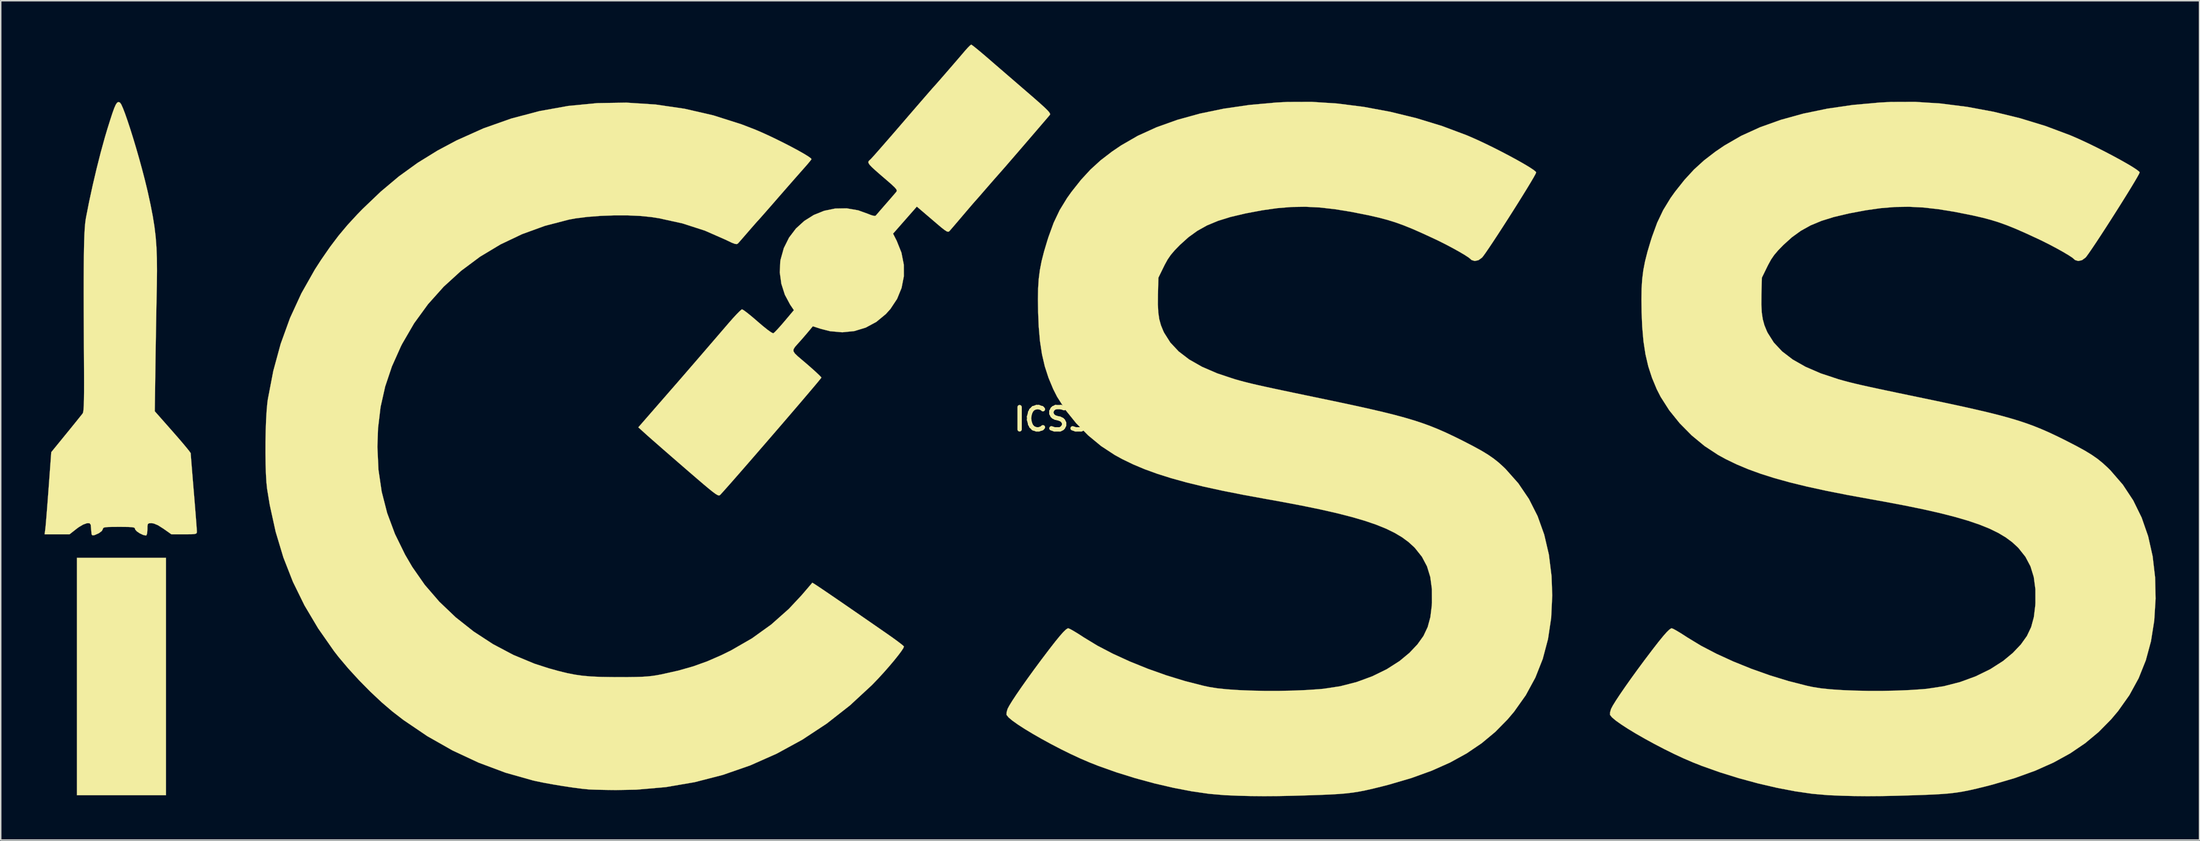
<source format=kicad_pcb>
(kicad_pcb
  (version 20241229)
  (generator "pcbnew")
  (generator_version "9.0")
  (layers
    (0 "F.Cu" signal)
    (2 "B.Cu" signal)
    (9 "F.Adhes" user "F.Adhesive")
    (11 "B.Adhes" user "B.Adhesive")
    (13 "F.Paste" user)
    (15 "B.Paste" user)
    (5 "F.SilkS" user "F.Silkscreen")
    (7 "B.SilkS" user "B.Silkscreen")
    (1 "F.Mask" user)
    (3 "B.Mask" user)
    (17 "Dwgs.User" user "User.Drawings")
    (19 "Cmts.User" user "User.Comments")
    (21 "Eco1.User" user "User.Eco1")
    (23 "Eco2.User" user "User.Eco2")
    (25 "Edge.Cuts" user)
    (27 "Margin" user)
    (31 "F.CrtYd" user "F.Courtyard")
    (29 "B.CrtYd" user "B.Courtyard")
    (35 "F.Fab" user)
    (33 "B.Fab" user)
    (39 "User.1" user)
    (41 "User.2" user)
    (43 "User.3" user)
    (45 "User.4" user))
  (footprint "ICSS_Logo"
    (layer "F.Cu")
    (at 72.236 25.659)
    (property "Reference" "ICSS_Logo" (at 0 0 0) (layer "F.SilkS") (effects (font (size 1.524 1.524) (thickness 0.3))))
    (attr through_hole)
    (fp_poly (pts (xy -63.923 25.739) (xy -70.019 25.739) (xy -70.019 9.483) (xy -63.923 9.483) (xy -63.923 25.739)) (stroke (width 0.01) (type solid)) (fill yes) (layer "F.SilkS"))
    (fp_poly (pts (xy -67.12 -21.709) (xy -67.069 -21.682) (xy -66.986 -21.565) (xy -66.868 -21.304) (xy -66.72 -20.918) (xy -66.549 -20.429) (xy -66.36 -19.856) (xy -66.161 -19.22) (xy -65.957 -18.539) (xy -65.755 -17.835) (xy -65.561 -17.127) (xy -65.38 -16.436) (xy -65.22 -15.781) (xy -65.163 -15.536) (xy -64.976 -14.678) (xy -64.827 -13.91) (xy -64.712 -13.196) (xy -64.629 -12.502) (xy -64.575 -11.791) (xy -64.545 -11.028) (xy -64.537 -10.178) (xy -64.548 -9.205) (xy -64.554 -8.89) (xy -64.569 -8.173) (xy -64.585 -7.334) (xy -64.601 -6.419) (xy -64.617 -5.476) (xy -64.632 -4.55) (xy -64.645 -3.69) (xy -64.647 -3.514) (xy -64.689 -0.55) (xy -63.46 0.842) (xy -63.101 1.252) (xy -62.783 1.623) (xy -62.523 1.935) (xy -62.336 2.167) (xy -62.24 2.301) (xy -62.23 2.324) (xy -62.223 2.428) (xy -62.204 2.679) (xy -62.174 3.056) (xy -62.135 3.536) (xy -62.089 4.1) (xy -62.038 4.724) (xy -62.019 4.953) (xy -61.965 5.6) (xy -61.917 6.198) (xy -61.875 6.726) (xy -61.842 7.161) (xy -61.819 7.479) (xy -61.808 7.659) (xy -61.807 7.684) (xy -61.814 7.769) (xy -61.857 7.824) (xy -61.966 7.855) (xy -62.171 7.87) (xy -62.502 7.874) (xy -62.679 7.874) (xy -63.552 7.874) (xy -64.093 7.493) (xy -64.469 7.254) (xy -64.76 7.133) (xy -64.914 7.112) (xy -65.079 7.119) (xy -65.162 7.171) (xy -65.19 7.31) (xy -65.193 7.535) (xy -65.212 7.811) (xy -65.265 7.948) (xy -65.293 7.959) (xy -65.487 7.916) (xy -65.712 7.811) (xy -65.912 7.678) (xy -66.028 7.551) (xy -66.038 7.514) (xy -66.054 7.453) (xy -66.117 7.412) (xy -66.254 7.386) (xy -66.492 7.372) (xy -66.856 7.367) (xy -67.141 7.366) (xy -67.592 7.368) (xy -67.902 7.376) (xy -68.095 7.395) (xy -68.198 7.427) (xy -68.238 7.476) (xy -68.243 7.514) (xy -68.316 7.648) (xy -68.498 7.786) (xy -68.543 7.811) (xy -68.802 7.926) (xy -68.948 7.949) (xy -69.01 7.885) (xy -69.016 7.853) (xy -69.033 7.689) (xy -69.046 7.535) (xy -69.064 7.329) (xy -69.075 7.218) (xy -69.154 7.115) (xy -69.335 7.115) (xy -69.591 7.207) (xy -69.893 7.385) (xy -70.039 7.493) (xy -70.524 7.874) (xy -72.231 7.874) (xy -72.184 7.514) (xy -72.165 7.338) (xy -72.137 7.017) (xy -72.1 6.579) (xy -72.058 6.047) (xy -72.012 5.448) (xy -71.964 4.806) (xy -71.956 4.701) (xy -71.776 2.249) (xy -70.749 0.99) (xy -70.422 0.588) (xy -70.127 0.224) (xy -69.883 -0.08) (xy -69.707 -0.299) (xy -69.62 -0.411) (xy -69.619 -0.412) (xy -69.59 -0.498) (xy -69.567 -0.672) (xy -69.549 -0.95) (xy -69.538 -1.342) (xy -69.531 -1.863) (xy -69.53 -2.524) (xy -69.532 -3.34) (xy -69.533 -3.516) (xy -69.542 -5.027) (xy -69.548 -6.378) (xy -69.553 -7.579) (xy -69.555 -8.64) (xy -69.554 -9.572) (xy -69.55 -10.383) (xy -69.544 -11.084) (xy -69.535 -11.685) (xy -69.523 -12.195) (xy -69.508 -12.624) (xy -69.489 -12.983) (xy -69.467 -13.28) (xy -69.441 -13.527) (xy -69.412 -13.731) (xy -69.4 -13.801) (xy -69.186 -14.889) (xy -68.938 -16.03) (xy -68.669 -17.175) (xy -68.389 -18.278) (xy -68.11 -19.292) (xy -67.93 -19.897) (xy -67.738 -20.508) (xy -67.586 -20.974) (xy -67.464 -21.311) (xy -67.364 -21.536) (xy -67.279 -21.666) (xy -67.201 -21.718) (xy -67.12 -21.709)) (stroke (width 0.01) (type solid)) (fill yes) (layer "F.SilkS"))
    (fp_poly (pts (xy -30.402 -21.553) (xy -28.418 -21.264) (xy -26.456 -20.813) (xy -24.526 -20.2) (xy -23.58 -19.835) (xy -23.125 -19.64) (xy -22.625 -19.412) (xy -22.104 -19.162) (xy -21.583 -18.903) (xy -21.085 -18.646) (xy -20.633 -18.402) (xy -20.249 -18.185) (xy -19.955 -18.005) (xy -19.775 -17.874) (xy -19.727 -17.813) (xy -19.78 -17.735) (xy -19.922 -17.56) (xy -20.128 -17.32) (xy -20.27 -17.16) (xy -20.491 -16.91) (xy -20.798 -16.562) (xy -21.164 -16.145) (xy -21.562 -15.69) (xy -21.967 -15.226) (xy -22.065 -15.113) (xy -22.428 -14.696) (xy -22.755 -14.323) (xy -23.027 -14.013) (xy -23.23 -13.783) (xy -23.347 -13.653) (xy -23.367 -13.631) (xy -23.439 -13.554) (xy -23.597 -13.375) (xy -23.817 -13.124) (xy -24.038 -12.869) (xy -24.299 -12.568) (xy -24.526 -12.307) (xy -24.692 -12.118) (xy -24.765 -12.037) (xy -24.84 -11.996) (xy -24.965 -12.009) (xy -25.17 -12.085) (xy -25.485 -12.234) (xy -25.578 -12.281) (xy -27.022 -12.915) (xy -28.555 -13.411) (xy -30.161 -13.764) (xy -30.701 -13.848) (xy -31.456 -13.924) (xy -32.319 -13.962) (xy -33.24 -13.962) (xy -34.172 -13.928) (xy -35.065 -13.859) (xy -35.871 -13.758) (xy -36.322 -13.676) (xy -37.969 -13.249) (xy -39.54 -12.678) (xy -41.028 -11.97) (xy -42.424 -11.13) (xy -43.72 -10.164) (xy -44.909 -9.08) (xy -45.982 -7.881) (xy -46.932 -6.576) (xy -47.75 -5.169) (xy -47.838 -4.996) (xy -48.454 -3.618) (xy -48.915 -2.244) (xy -49.23 -0.844) (xy -49.404 0.613) (xy -49.448 1.884) (xy -49.375 3.453) (xy -49.153 4.96) (xy -48.778 6.422) (xy -48.245 7.853) (xy -47.551 9.269) (xy -47.058 10.112) (xy -46.203 11.337) (xy -45.206 12.491) (xy -44.085 13.56) (xy -42.856 14.531) (xy -41.538 15.391) (xy -40.147 16.128) (xy -38.7 16.73) (xy -37.716 17.048) (xy -37.053 17.232) (xy -36.471 17.375) (xy -35.931 17.482) (xy -35.395 17.558) (xy -34.824 17.608) (xy -34.182 17.637) (xy -33.428 17.649) (xy -32.978 17.651) (xy -32.302 17.65) (xy -31.764 17.643) (xy -31.331 17.63) (xy -30.971 17.607) (xy -30.651 17.574) (xy -30.341 17.527) (xy -30.007 17.465) (xy -29.972 17.457) (xy -28.847 17.206) (xy -27.833 16.918) (xy -26.87 16.573) (xy -25.902 16.151) (xy -25.231 15.821) (xy -23.805 15) (xy -22.485 14.052) (xy -21.28 12.982) (xy -20.421 12.065) (xy -20.15 11.749) (xy -19.921 11.482) (xy -19.757 11.289) (xy -19.677 11.194) (xy -19.673 11.189) (xy -19.599 11.229) (xy -19.388 11.365) (xy -19.041 11.596) (xy -18.561 11.922) (xy -17.949 12.34) (xy -17.207 12.85) (xy -16.336 13.451) (xy -15.338 14.141) (xy -14.525 14.704) (xy -14.148 14.97) (xy -13.824 15.207) (xy -13.575 15.397) (xy -13.428 15.521) (xy -13.399 15.556) (xy -13.437 15.665) (xy -13.575 15.877) (xy -13.795 16.17) (xy -14.079 16.524) (xy -14.411 16.917) (xy -14.774 17.33) (xy -15.15 17.74) (xy -15.522 18.128) (xy -15.596 18.203) (xy -17.095 19.589) (xy -18.685 20.835) (xy -20.358 21.937) (xy -22.107 22.892) (xy -23.924 23.698) (xy -25.803 24.35) (xy -27.734 24.847) (xy -29.711 25.185) (xy -31.725 25.36) (xy -33.123 25.385) (xy -33.635 25.379) (xy -34.117 25.37) (xy -34.53 25.36) (xy -34.837 25.349) (xy -34.967 25.342) (xy -35.451 25.294) (xy -36.051 25.216) (xy -36.716 25.117) (xy -37.399 25.004) (xy -38.049 24.886) (xy -38.616 24.769) (xy -38.804 24.726) (xy -40.676 24.197) (xy -42.519 23.508) (xy -44.312 22.67) (xy -46.034 21.693) (xy -47.667 20.586) (xy -48.429 19.998) (xy -49.156 19.376) (xy -49.928 18.651) (xy -50.704 17.864) (xy -51.442 17.059) (xy -52.102 16.277) (xy -52.414 15.875) (xy -53.504 14.316) (xy -54.44 12.741) (xy -55.231 11.129) (xy -55.885 9.459) (xy -56.411 7.71) (xy -56.818 5.861) (xy -56.996 4.782) (xy -57.044 4.331) (xy -57.079 3.747) (xy -57.101 3.064) (xy -57.111 2.318) (xy -57.109 1.543) (xy -57.094 0.776) (xy -57.068 0.051) (xy -57.03 -0.597) (xy -56.981 -1.132) (xy -56.951 -1.355) (xy -56.575 -3.312) (xy -56.07 -5.166) (xy -55.431 -6.932) (xy -54.653 -8.623) (xy -53.731 -10.253) (xy -53.299 -10.922) (xy -52.692 -11.799) (xy -52.105 -12.575) (xy -51.493 -13.305) (xy -50.81 -14.045) (xy -50.461 -14.403) (xy -49.222 -15.586) (xy -47.979 -16.63) (xy -46.694 -17.559) (xy -45.332 -18.4) (xy -44.036 -19.091) (xy -42.186 -19.921) (xy -40.287 -20.592) (xy -38.348 -21.104) (xy -36.38 -21.457) (xy -34.393 -21.649) (xy -32.397 -21.682) (xy -30.402 -21.553)) (stroke (width 0.01) (type solid)) (fill yes) (layer "F.SilkS"))
    (fp_poly (pts (xy -8.709 -25.601) (xy -8.521 -25.455) (xy -8.252 -25.235) (xy -7.924 -24.959) (xy -7.686 -24.755) (xy -7.316 -24.435) (xy -6.852 -24.034) (xy -6.328 -23.582) (xy -5.777 -23.107) (xy -5.235 -22.639) (xy -4.974 -22.414) (xy -4.461 -21.97) (xy -4.066 -21.622) (xy -3.775 -21.357) (xy -3.575 -21.161) (xy -3.453 -21.023) (xy -3.397 -20.928) (xy -3.394 -20.865) (xy -3.408 -20.842) (xy -3.49 -20.744) (xy -3.665 -20.539) (xy -3.916 -20.247) (xy -4.223 -19.889) (xy -4.57 -19.485) (xy -4.938 -19.057) (xy -5.31 -18.625) (xy -5.668 -18.21) (xy -5.994 -17.833) (xy -6.27 -17.514) (xy -6.478 -17.273) (xy -6.591 -17.145) (xy -6.775 -16.935) (xy -7.008 -16.671) (xy -7.154 -16.506) (xy -7.381 -16.247) (xy -7.661 -15.925) (xy -7.937 -15.607) (xy -7.959 -15.582) (xy -8.184 -15.322) (xy -8.373 -15.106) (xy -8.494 -14.97) (xy -8.512 -14.951) (xy -8.596 -14.856) (xy -8.768 -14.657) (xy -9.004 -14.381) (xy -9.283 -14.054) (xy -9.39 -13.928) (xy -9.682 -13.585) (xy -9.941 -13.282) (xy -10.145 -13.045) (xy -10.271 -12.901) (xy -10.293 -12.877) (xy -10.359 -12.84) (xy -10.458 -12.862) (xy -10.612 -12.958) (xy -10.847 -13.142) (xy -11.135 -13.385) (xy -11.468 -13.67) (xy -11.79 -13.945) (xy -12.056 -14.173) (xy -12.191 -14.288) (xy -12.515 -14.564) (xy -13.329 -13.638) (xy -14.143 -12.712) (xy -13.891 -12.216) (xy -13.569 -11.411) (xy -13.408 -10.593) (xy -13.406 -9.782) (xy -13.56 -8.993) (xy -13.867 -8.244) (xy -14.325 -7.553) (xy -14.638 -7.206) (xy -15.29 -6.668) (xy -16.015 -6.278) (xy -16.796 -6.04) (xy -17.617 -5.957) (xy -18.462 -6.033) (xy -19.106 -6.198) (xy -19.636 -6.371) (xy -19.872 -6.086) (xy -20.067 -5.855) (xy -20.306 -5.577) (xy -20.444 -5.419) (xy -20.691 -5.145) (xy -20.864 -4.946) (xy -20.956 -4.793) (xy -20.96 -4.657) (xy -20.869 -4.51) (xy -20.677 -4.323) (xy -20.377 -4.067) (xy -20.069 -3.806) (xy -19.722 -3.503) (xy -19.426 -3.237) (xy -19.203 -3.026) (xy -19.073 -2.892) (xy -19.05 -2.857) (xy -19.104 -2.782) (xy -19.257 -2.594) (xy -19.499 -2.304) (xy -19.818 -1.927) (xy -20.202 -1.475) (xy -20.64 -0.962) (xy -21.121 -0.401) (xy -21.632 0.194) (xy -22.163 0.81) (xy -22.702 1.434) (xy -23.238 2.053) (xy -23.758 2.653) (xy -24.252 3.221) (xy -24.708 3.744) (xy -25.115 4.208) (xy -25.461 4.6) (xy -25.734 4.907) (xy -25.924 5.116) (xy -25.983 5.178) (xy -26.027 5.209) (xy -26.088 5.213) (xy -26.179 5.178) (xy -26.313 5.096) (xy -26.503 4.955) (xy -26.762 4.746) (xy -27.106 4.459) (xy -27.545 4.084) (xy -28.095 3.61) (xy -28.289 3.442) (xy -28.834 2.971) (xy -29.363 2.511) (xy -29.857 2.081) (xy -30.295 1.698) (xy -30.657 1.381) (xy -30.922 1.147) (xy -31.021 1.058) (xy -31.584 0.55) (xy -30.515 -0.677) (xy -30.144 -1.103) (xy -29.777 -1.523) (xy -29.443 -1.907) (xy -29.168 -2.222) (xy -29.001 -2.413) (xy -28.781 -2.666) (xy -28.468 -3.027) (xy -28.081 -3.475) (xy -27.637 -3.988) (xy -27.155 -4.547) (xy -26.653 -5.13) (xy -26.148 -5.716) (xy -25.659 -6.284) (xy -25.4 -6.586) (xy -25.107 -6.919) (xy -24.846 -7.201) (xy -24.64 -7.408) (xy -24.51 -7.518) (xy -24.484 -7.529) (xy -24.385 -7.478) (xy -24.184 -7.333) (xy -23.908 -7.113) (xy -23.581 -6.838) (xy -23.411 -6.689) (xy -23.041 -6.374) (xy -22.729 -6.125) (xy -22.495 -5.959) (xy -22.357 -5.89) (xy -22.337 -5.891) (xy -22.241 -5.972) (xy -22.063 -6.156) (xy -21.829 -6.415) (xy -21.579 -6.706) (xy -20.933 -7.473) (xy -21.193 -7.857) (xy -21.552 -8.529) (xy -21.791 -9.277) (xy -21.898 -10.054) (xy -21.864 -10.813) (xy -21.846 -10.922) (xy -21.622 -11.723) (xy -21.265 -12.44) (xy -20.792 -13.063) (xy -20.221 -13.583) (xy -19.571 -13.991) (xy -18.859 -14.277) (xy -18.103 -14.432) (xy -17.321 -14.445) (xy -16.531 -14.309) (xy -15.897 -14.081) (xy -15.622 -13.973) (xy -15.42 -13.924) (xy -15.338 -13.936) (xy -15.259 -14.027) (xy -15.094 -14.218) (xy -14.869 -14.477) (xy -14.647 -14.732) (xy -14.384 -15.034) (xy -14.155 -15.299) (xy -13.987 -15.495) (xy -13.914 -15.581) (xy -13.885 -15.653) (xy -13.919 -15.746) (xy -14.035 -15.884) (xy -14.25 -16.086) (xy -14.545 -16.343) (xy -15.007 -16.74) (xy -15.352 -17.042) (xy -15.595 -17.266) (xy -15.748 -17.428) (xy -15.824 -17.544) (xy -15.835 -17.629) (xy -15.794 -17.7) (xy -15.714 -17.773) (xy -15.697 -17.788) (xy -15.612 -17.876) (xy -15.43 -18.077) (xy -15.164 -18.378) (xy -14.828 -18.762) (xy -14.433 -19.215) (xy -13.993 -19.722) (xy -13.522 -20.268) (xy -13.48 -20.317) (xy -13.01 -20.862) (xy -12.575 -21.366) (xy -12.186 -21.815) (xy -11.857 -22.194) (xy -11.6 -22.49) (xy -11.427 -22.688) (xy -11.35 -22.773) (xy -11.348 -22.775) (xy -11.278 -22.851) (xy -11.118 -23.032) (xy -10.887 -23.296) (xy -10.606 -23.618) (xy -10.296 -23.976) (xy -9.975 -24.347) (xy -9.665 -24.707) (xy -9.385 -25.034) (xy -9.234 -25.212) (xy -9.037 -25.433) (xy -8.878 -25.592) (xy -8.793 -25.654) (xy -8.792 -25.654) (xy -8.709 -25.601)) (stroke (width 0.01) (type solid)) (fill yes) (layer "F.SilkS"))
    (fp_poly (pts (xy 16.275 -21.621) (xy 18.076 -21.393) (xy 19.892 -21.056) (xy 21.691 -20.617) (xy 23.441 -20.082) (xy 25.11 -19.457) (xy 25.315 -19.371) (xy 25.821 -19.148) (xy 26.37 -18.892) (xy 26.942 -18.613) (xy 27.515 -18.322) (xy 28.07 -18.031) (xy 28.587 -17.75) (xy 29.044 -17.491) (xy 29.422 -17.264) (xy 29.701 -17.081) (xy 29.859 -16.952) (xy 29.887 -16.904) (xy 29.843 -16.797) (xy 29.717 -16.568) (xy 29.522 -16.236) (xy 29.27 -15.819) (xy 28.972 -15.336) (xy 28.642 -14.806) (xy 28.29 -14.248) (xy 27.929 -13.682) (xy 27.571 -13.125) (xy 27.228 -12.597) (xy 26.912 -12.117) (xy 26.635 -11.703) (xy 26.409 -11.374) (xy 26.246 -11.15) (xy 26.179 -11.07) (xy 25.939 -10.896) (xy 25.684 -10.839) (xy 25.464 -10.905) (xy 25.401 -10.964) (xy 25.261 -11.079) (xy 24.997 -11.251) (xy 24.635 -11.465) (xy 24.204 -11.705) (xy 23.731 -11.956) (xy 23.245 -12.201) (xy 22.942 -12.346) (xy 22.131 -12.721) (xy 21.436 -13.028) (xy 20.821 -13.277) (xy 20.254 -13.482) (xy 19.7 -13.654) (xy 19.125 -13.806) (xy 18.497 -13.95) (xy 18.457 -13.959) (xy 17.218 -14.206) (xy 16.1 -14.387) (xy 15.07 -14.503) (xy 14.094 -14.552) (xy 13.136 -14.537) (xy 12.165 -14.457) (xy 11.145 -14.313) (xy 10.042 -14.106) (xy 9.958 -14.089) (xy 8.959 -13.853) (xy 8.1 -13.586) (xy 7.353 -13.275) (xy 6.689 -12.905) (xy 6.079 -12.464) (xy 5.495 -11.937) (xy 5.493 -11.935) (xy 5.134 -11.566) (xy 4.868 -11.252) (xy 4.655 -10.942) (xy 4.457 -10.583) (xy 4.393 -10.453) (xy 4.022 -9.694) (xy 3.993 -8.539) (xy 3.988 -7.862) (xy 4.016 -7.313) (xy 4.083 -6.853) (xy 4.197 -6.441) (xy 4.362 -6.038) (xy 4.419 -5.921) (xy 4.84 -5.256) (xy 5.41 -4.647) (xy 6.133 -4.094) (xy 7.01 -3.595) (xy 8.045 -3.148) (xy 9.238 -2.751) (xy 9.334 -2.724) (xy 9.598 -2.649) (xy 9.866 -2.577) (xy 10.154 -2.504) (xy 10.478 -2.425) (xy 10.854 -2.338) (xy 11.299 -2.239) (xy 11.829 -2.124) (xy 12.459 -1.99) (xy 13.207 -1.832) (xy 14.089 -1.648) (xy 15.113 -1.435) (xy 16.398 -1.166) (xy 17.533 -0.923) (xy 18.535 -0.7) (xy 19.419 -0.494) (xy 20.203 -0.299) (xy 20.903 -0.109) (xy 21.536 0.079) (xy 22.118 0.271) (xy 22.665 0.471) (xy 23.194 0.686) (xy 23.722 0.918) (xy 24.265 1.175) (xy 24.84 1.459) (xy 24.892 1.486) (xy 25.574 1.838) (xy 26.13 2.143) (xy 26.588 2.42) (xy 26.977 2.689) (xy 27.327 2.968) (xy 27.667 3.278) (xy 27.798 3.406) (xy 28.664 4.381) (xy 29.392 5.454) (xy 29.984 6.626) (xy 30.439 7.896) (xy 30.758 9.266) (xy 30.94 10.735) (xy 30.987 12.059) (xy 30.915 13.594) (xy 30.699 15.042) (xy 30.338 16.405) (xy 29.831 17.687) (xy 29.176 18.892) (xy 28.372 20.025) (xy 27.927 20.55) (xy 27.083 21.407) (xy 26.154 22.18) (xy 25.128 22.875) (xy 23.993 23.5) (xy 22.736 24.06) (xy 21.344 24.563) (xy 19.804 25.015) (xy 19.304 25.144) (xy 18.725 25.286) (xy 18.223 25.4) (xy 17.766 25.49) (xy 17.322 25.56) (xy 16.86 25.615) (xy 16.347 25.657) (xy 15.751 25.691) (xy 15.042 25.72) (xy 14.436 25.741) (xy 13.253 25.776) (xy 12.205 25.797) (xy 11.256 25.804) (xy 10.37 25.796) (xy 9.514 25.775) (xy 8.652 25.739) (xy 8.551 25.734) (xy 7.487 25.642) (xy 6.309 25.472) (xy 5.054 25.231) (xy 3.752 24.929) (xy 2.439 24.572) (xy 1.148 24.17) (xy -0.089 23.731) (xy -0.697 23.491) (xy -1.32 23.223) (xy -1.977 22.918) (xy -2.65 22.586) (xy -3.319 22.238) (xy -3.966 21.885) (xy -4.574 21.537) (xy -5.123 21.206) (xy -5.596 20.9) (xy -5.973 20.632) (xy -6.236 20.411) (xy -6.367 20.248) (xy -6.375 20.226) (xy -6.37 20.059) (xy -6.305 19.835) (xy -6.298 19.817) (xy -6.183 19.6) (xy -5.978 19.267) (xy -5.693 18.835) (xy -5.341 18.323) (xy -4.933 17.747) (xy -4.483 17.126) (xy -4.002 16.476) (xy -3.926 16.376) (xy -3.445 15.741) (xy -3.052 15.236) (xy -2.738 14.851) (xy -2.496 14.576) (xy -2.317 14.402) (xy -2.193 14.319) (xy -2.148 14.309) (xy -2.035 14.353) (xy -1.812 14.476) (xy -1.508 14.659) (xy -1.155 14.886) (xy -1.067 14.943) (xy -0.148 15.501) (xy 0.908 16.052) (xy 2.067 16.582) (xy 3.297 17.079) (xy 4.563 17.529) (xy 5.833 17.919) (xy 7.075 18.237) (xy 7.495 18.328) (xy 8.037 18.415) (xy 8.719 18.486) (xy 9.512 18.54) (xy 10.387 18.576) (xy 11.316 18.595) (xy 12.271 18.595) (xy 13.222 18.576) (xy 14.141 18.538) (xy 14.999 18.48) (xy 15.325 18.451) (xy 16.472 18.277) (xy 17.595 17.989) (xy 18.665 17.596) (xy 19.656 17.112) (xy 20.54 16.547) (xy 21.206 15.994) (xy 21.757 15.413) (xy 22.17 14.836) (xy 22.459 14.225) (xy 22.644 13.543) (xy 22.741 12.75) (xy 22.751 12.571) (xy 22.749 11.627) (xy 22.638 10.798) (xy 22.413 10.067) (xy 22.067 9.413) (xy 21.594 8.819) (xy 21.519 8.741) (xy 21.143 8.399) (xy 20.707 8.078) (xy 20.201 7.777) (xy 19.614 7.49) (xy 18.937 7.216) (xy 18.158 6.95) (xy 17.268 6.69) (xy 16.256 6.431) (xy 15.112 6.171) (xy 13.827 5.907) (xy 12.389 5.635) (xy 11.43 5.463) (xy 9.841 5.173) (xy 8.407 4.889) (xy 7.115 4.607) (xy 5.95 4.323) (xy 4.9 4.032) (xy 3.949 3.732) (xy 3.085 3.418) (xy 2.294 3.086) (xy 1.562 2.732) (xy 1.036 2.445) (xy 0.102 1.832) (xy -0.787 1.098) (xy -1.603 0.272) (xy -2.32 -0.617) (xy -2.911 -1.541) (xy -3.178 -2.067) (xy -3.501 -2.842) (xy -3.755 -3.626) (xy -3.947 -4.451) (xy -4.084 -5.348) (xy -4.171 -6.35) (xy -4.211 -7.333) (xy -4.224 -8.202) (xy -4.212 -8.943) (xy -4.171 -9.6) (xy -4.093 -10.213) (xy -3.975 -10.825) (xy -3.809 -11.476) (xy -3.59 -12.209) (xy -3.501 -12.488) (xy -3.147 -13.459) (xy -2.735 -14.324) (xy -2.234 -15.143) (xy -1.923 -15.579) (xy -1.273 -16.398) (xy -0.624 -17.102) (xy 0.066 -17.731) (xy 0.845 -18.329) (xy 1.464 -18.749) (xy 2.609 -19.41) (xy 3.897 -19.996) (xy 5.317 -20.503) (xy 6.856 -20.929) (xy 8.505 -21.27) (xy 10.253 -21.524) (xy 12.089 -21.689) (xy 12.851 -21.729) (xy 14.523 -21.735) (xy 16.275 -21.621)) (stroke (width 0.01) (type solid)) (fill yes) (layer "F.SilkS"))
    (fp_poly (pts (xy 57.593 -21.621) (xy 59.393 -21.393) (xy 61.209 -21.056) (xy 63.008 -20.617) (xy 64.758 -20.082) (xy 66.427 -19.457) (xy 66.633 -19.371) (xy 67.139 -19.148) (xy 67.688 -18.892) (xy 68.259 -18.613) (xy 68.833 -18.322) (xy 69.388 -18.031) (xy 69.904 -17.75) (xy 70.362 -17.491) (xy 70.74 -17.264) (xy 71.018 -17.081) (xy 71.176 -16.952) (xy 71.205 -16.904) (xy 71.16 -16.797) (xy 71.034 -16.568) (xy 70.839 -16.236) (xy 70.587 -15.819) (xy 70.29 -15.336) (xy 69.959 -14.806) (xy 69.607 -14.248) (xy 69.247 -13.682) (xy 68.889 -13.125) (xy 68.546 -12.597) (xy 68.23 -12.117) (xy 67.952 -11.703) (xy 67.726 -11.374) (xy 67.563 -11.15) (xy 67.497 -11.07) (xy 67.257 -10.896) (xy 67.002 -10.839) (xy 66.782 -10.905) (xy 66.718 -10.964) (xy 66.579 -11.079) (xy 66.314 -11.251) (xy 65.953 -11.465) (xy 65.522 -11.705) (xy 65.049 -11.956) (xy 64.562 -12.201) (xy 64.259 -12.346) (xy 63.449 -12.721) (xy 62.753 -13.028) (xy 62.138 -13.277) (xy 61.571 -13.482) (xy 61.017 -13.654) (xy 60.443 -13.806) (xy 59.814 -13.95) (xy 59.775 -13.959) (xy 58.535 -14.206) (xy 57.418 -14.387) (xy 56.388 -14.503) (xy 55.411 -14.552) (xy 54.454 -14.537) (xy 53.482 -14.457) (xy 52.462 -14.313) (xy 51.359 -14.106) (xy 51.275 -14.089) (xy 50.277 -13.853) (xy 49.418 -13.586) (xy 48.67 -13.275) (xy 48.006 -12.905) (xy 47.396 -12.464) (xy 46.813 -11.937) (xy 46.811 -11.935) (xy 46.452 -11.566) (xy 46.185 -11.252) (xy 45.972 -10.942) (xy 45.775 -10.583) (xy 45.71 -10.453) (xy 45.339 -9.694) (xy 45.31 -8.539) (xy 45.305 -7.862) (xy 45.333 -7.313) (xy 45.401 -6.853) (xy 45.514 -6.441) (xy 45.679 -6.038) (xy 45.736 -5.921) (xy 46.157 -5.256) (xy 46.728 -4.647) (xy 47.45 -4.094) (xy 48.328 -3.595) (xy 49.362 -3.148) (xy 50.556 -2.751) (xy 50.652 -2.724) (xy 50.916 -2.649) (xy 51.184 -2.577) (xy 51.471 -2.504) (xy 51.795 -2.425) (xy 52.171 -2.338) (xy 52.616 -2.239) (xy 53.146 -2.124) (xy 53.777 -1.99) (xy 54.525 -1.832) (xy 55.406 -1.648) (xy 56.43 -1.435) (xy 57.715 -1.166) (xy 58.85 -0.923) (xy 59.852 -0.7) (xy 60.737 -0.494) (xy 61.521 -0.299) (xy 62.221 -0.109) (xy 62.853 0.079) (xy 63.435 0.271) (xy 63.982 0.471) (xy 64.512 0.686) (xy 65.04 0.918) (xy 65.583 1.175) (xy 66.157 1.459) (xy 66.209 1.486) (xy 66.895 1.84) (xy 67.455 2.147) (xy 67.917 2.429) (xy 68.313 2.704) (xy 68.67 2.992) (xy 69.02 3.314) (xy 69.21 3.503) (xy 70.053 4.477) (xy 70.765 5.555) (xy 71.343 6.734) (xy 71.786 8.008) (xy 72.093 9.375) (xy 72.263 10.83) (xy 72.296 12.277) (xy 72.203 13.786) (xy 71.981 15.191) (xy 71.626 16.503) (xy 71.134 17.732) (xy 70.501 18.888) (xy 69.725 19.982) (xy 69.245 20.55) (xy 68.4 21.407) (xy 67.471 22.18) (xy 66.446 22.875) (xy 65.31 23.5) (xy 64.053 24.06) (xy 62.661 24.563) (xy 61.121 25.015) (xy 60.621 25.144) (xy 60.042 25.286) (xy 59.54 25.4) (xy 59.083 25.49) (xy 58.639 25.56) (xy 58.177 25.615) (xy 57.664 25.657) (xy 57.069 25.691) (xy 56.359 25.72) (xy 55.753 25.741) (xy 54.571 25.776) (xy 53.522 25.797) (xy 52.573 25.804) (xy 51.688 25.796) (xy 50.831 25.775) (xy 49.969 25.739) (xy 49.869 25.734) (xy 48.804 25.642) (xy 47.627 25.472) (xy 46.371 25.231) (xy 45.07 24.929) (xy 43.757 24.572) (xy 42.465 24.17) (xy 41.228 23.731) (xy 40.621 23.491) (xy 39.997 23.223) (xy 39.34 22.918) (xy 38.668 22.586) (xy 37.999 22.238) (xy 37.351 21.885) (xy 36.743 21.537) (xy 36.194 21.206) (xy 35.722 20.9) (xy 35.344 20.632) (xy 35.081 20.411) (xy 34.95 20.248) (xy 34.942 20.226) (xy 34.948 20.059) (xy 35.012 19.835) (xy 35.02 19.817) (xy 35.134 19.6) (xy 35.34 19.267) (xy 35.625 18.835) (xy 35.977 18.323) (xy 36.384 17.747) (xy 36.834 17.126) (xy 37.315 16.476) (xy 37.391 16.376) (xy 37.872 15.741) (xy 38.265 15.236) (xy 38.579 14.851) (xy 38.821 14.576) (xy 39 14.402) (xy 39.124 14.319) (xy 39.169 14.309) (xy 39.283 14.353) (xy 39.506 14.476) (xy 39.809 14.659) (xy 40.163 14.886) (xy 40.25 14.943) (xy 41.17 15.501) (xy 42.226 16.052) (xy 43.385 16.582) (xy 44.614 17.079) (xy 45.88 17.529) (xy 47.151 17.919) (xy 48.392 18.237) (xy 48.813 18.328) (xy 49.354 18.415) (xy 50.036 18.486) (xy 50.829 18.54) (xy 51.704 18.576) (xy 52.634 18.595) (xy 53.588 18.595) (xy 54.539 18.576) (xy 55.458 18.538) (xy 56.317 18.48) (xy 56.642 18.451) (xy 57.789 18.277) (xy 58.912 17.989) (xy 59.983 17.596) (xy 60.973 17.112) (xy 61.857 16.547) (xy 62.523 15.994) (xy 63.075 15.413) (xy 63.487 14.836) (xy 63.777 14.225) (xy 63.961 13.543) (xy 64.058 12.75) (xy 64.068 12.571) (xy 64.066 11.627) (xy 63.955 10.798) (xy 63.73 10.067) (xy 63.384 9.413) (xy 62.912 8.819) (xy 62.836 8.741) (xy 62.461 8.399) (xy 62.025 8.078) (xy 61.519 7.777) (xy 60.932 7.49) (xy 60.254 7.216) (xy 59.475 6.95) (xy 58.585 6.69) (xy 57.573 6.431) (xy 56.43 6.171) (xy 55.144 5.907) (xy 53.706 5.635) (xy 52.747 5.463) (xy 51.158 5.173) (xy 49.724 4.889) (xy 48.432 4.607) (xy 47.268 4.323) (xy 46.217 4.032) (xy 45.267 3.732) (xy 44.403 3.418) (xy 43.612 3.086) (xy 42.879 2.732) (xy 42.353 2.445) (xy 41.419 1.832) (xy 40.53 1.098) (xy 39.714 0.272) (xy 38.997 -0.617) (xy 38.407 -1.541) (xy 38.139 -2.067) (xy 37.817 -2.842) (xy 37.562 -3.626) (xy 37.37 -4.451) (xy 37.233 -5.348) (xy 37.147 -6.35) (xy 37.106 -7.333) (xy 37.094 -8.202) (xy 37.105 -8.943) (xy 37.147 -9.6) (xy 37.224 -10.213) (xy 37.343 -10.825) (xy 37.508 -11.476) (xy 37.727 -12.209) (xy 37.816 -12.488) (xy 38.171 -13.459) (xy 38.583 -14.324) (xy 39.083 -15.143) (xy 39.394 -15.579) (xy 40.045 -16.398) (xy 40.693 -17.102) (xy 41.384 -17.731) (xy 42.162 -18.329) (xy 42.781 -18.749) (xy 43.927 -19.41) (xy 45.215 -19.996) (xy 46.634 -20.503) (xy 48.173 -20.929) (xy 49.822 -21.27) (xy 51.57 -21.524) (xy 53.406 -21.689) (xy 54.168 -21.729) (xy 55.84 -21.735) (xy 57.593 -21.621)) (stroke (width 0.01) (type solid)) (fill yes) (layer "F.SilkS")))
  (gr_rect
    (start -3 -3)
    (end 147.538 54.468)
    (stroke (width 0.1) (type default))
    (fill no)
    (layer "Edge.Cuts")))
</source>
